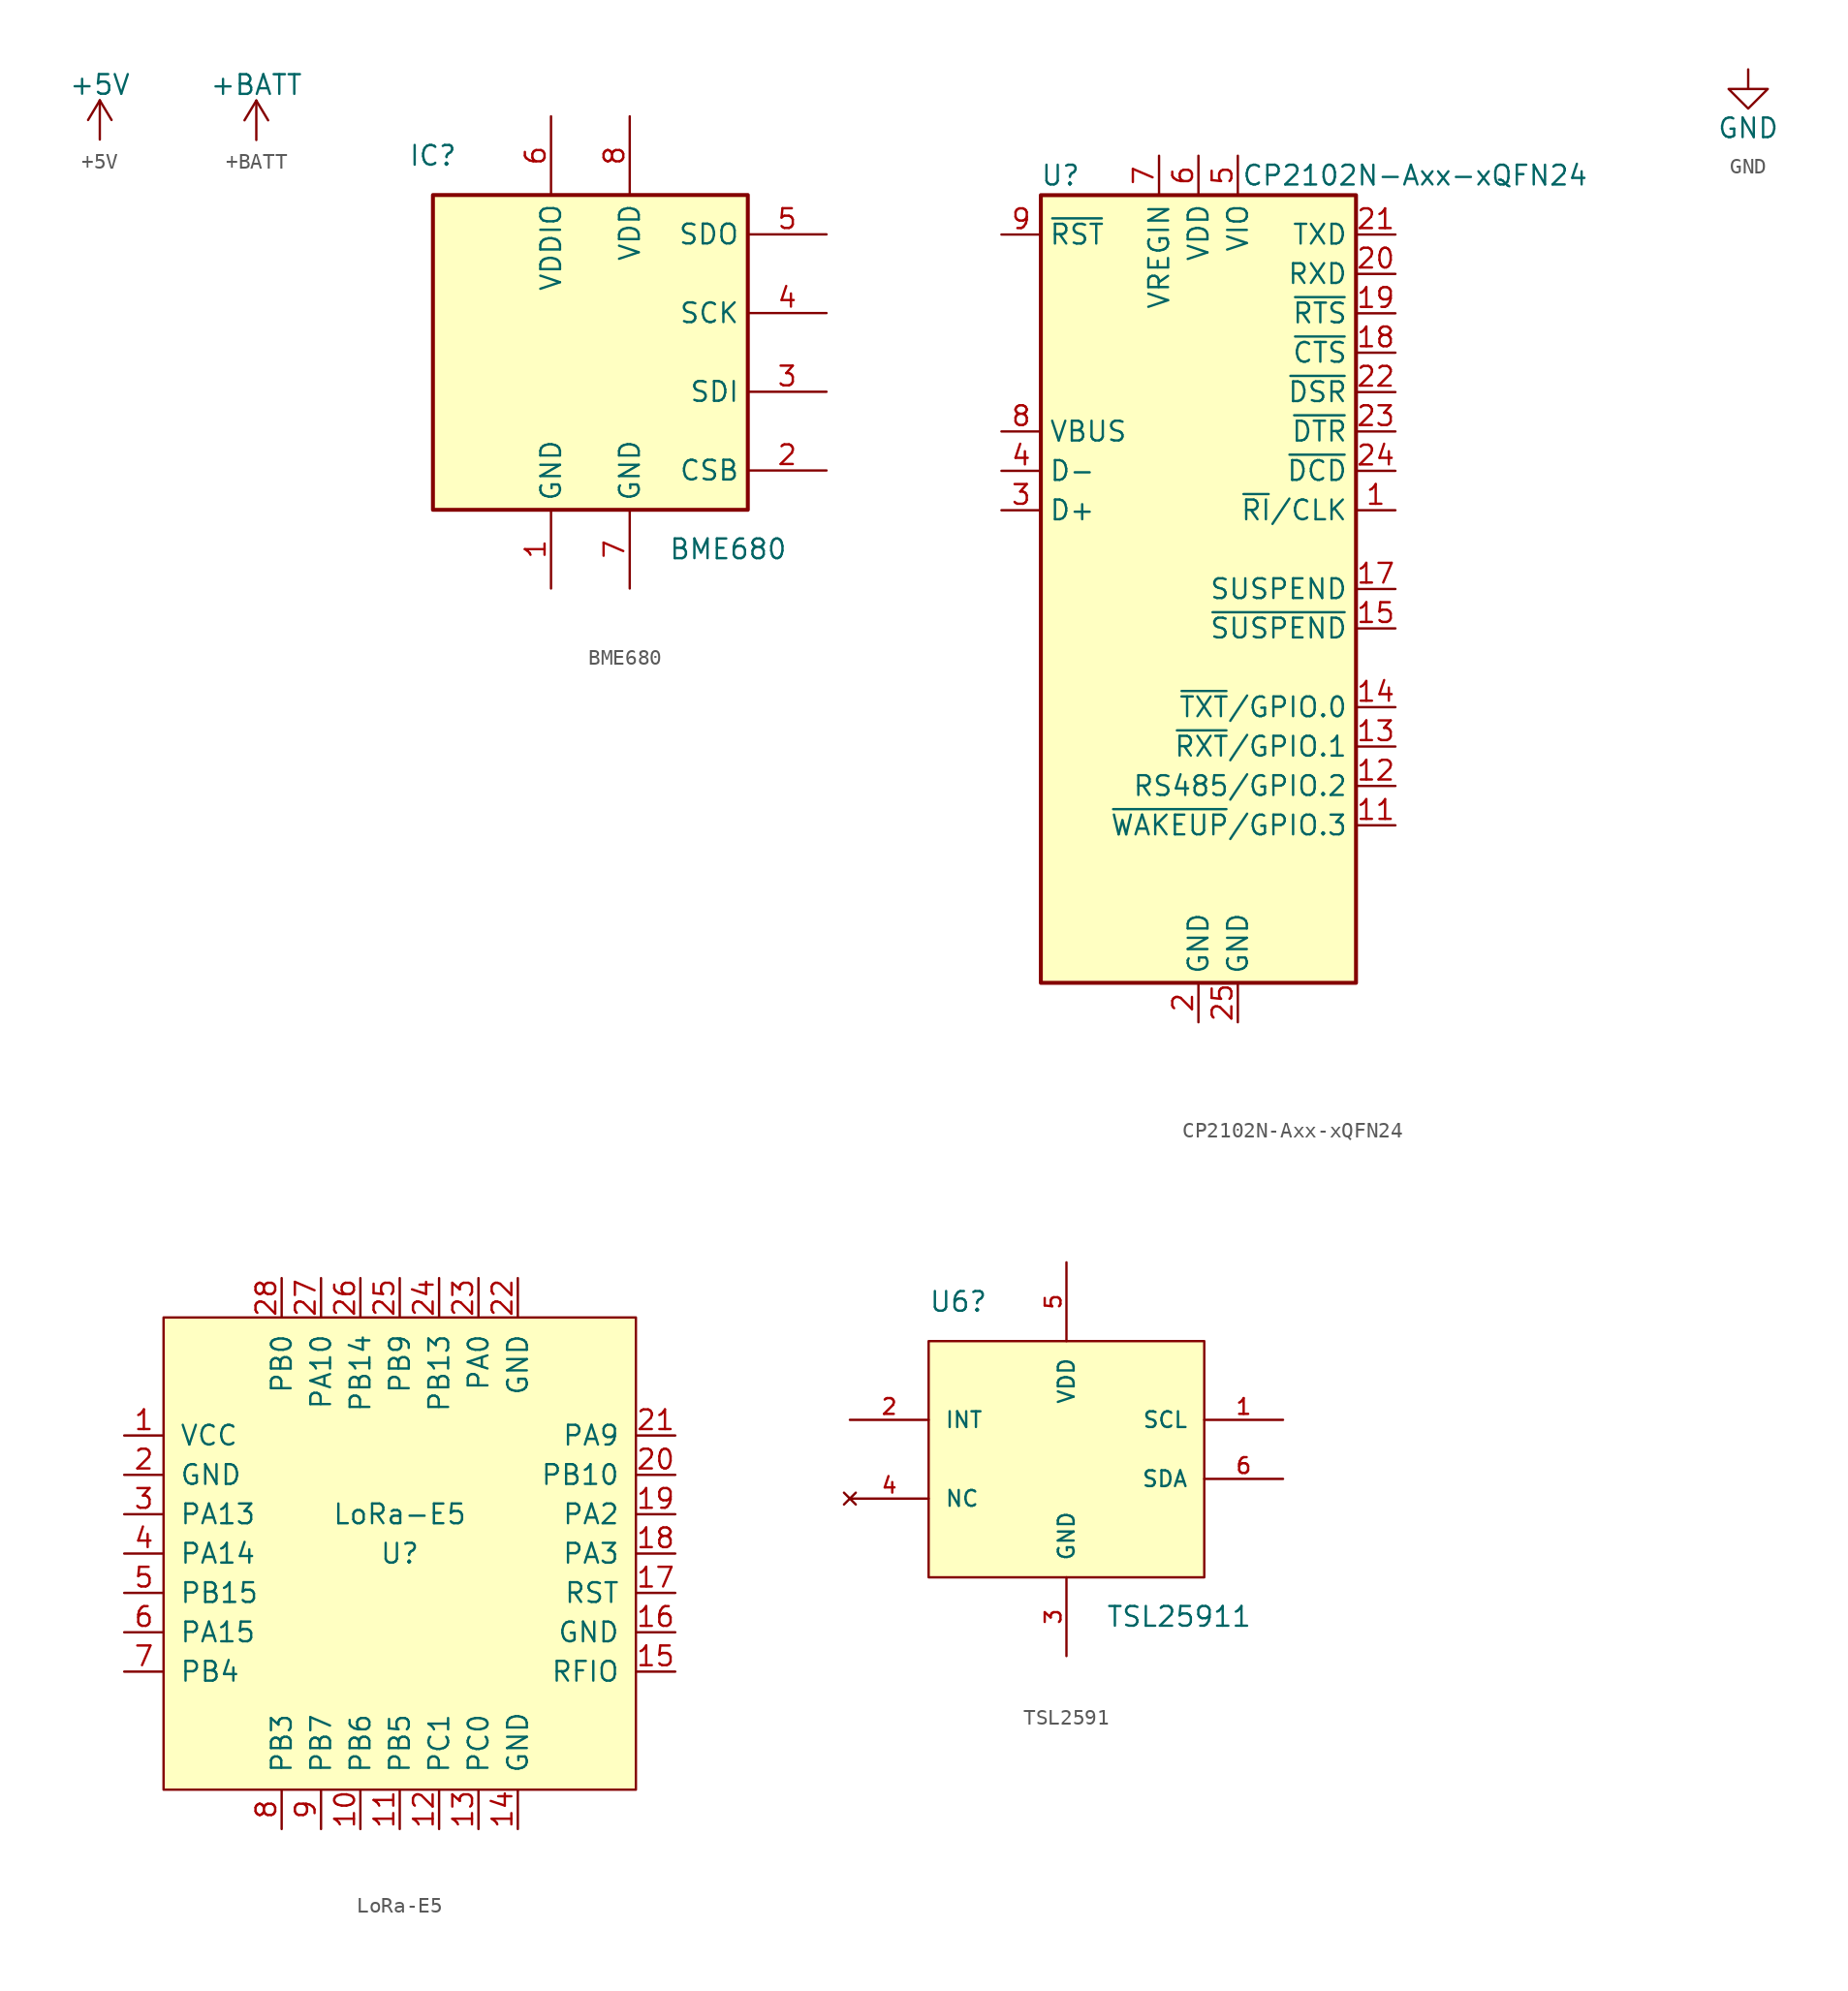
<source format=kicad_sym>
(kicad_symbol_lib
  (version 20220914)
  (generator kicad_symbol_editor)
  (symbol "+5V"
    (power)
    (pin_numbers hide)
    (pin_names
      (offset 0))
    (property "Reference" "#PWR"
      (at 0 -1.27 0)
      (effects (font (size 1.27 1.27)) hide))
    (property "Value" "+5V"
      (at 0 3.556 0)
      (effects (font (size 1.27 1.27))))
    (symbol "+5V_0_1"
      (polyline (pts (xy -0.762 1.27) (xy 0 2.54)) (stroke (width 0) (type default)) (fill (type none)))
      (polyline (pts (xy 0 0) (xy 0 2.54)) (stroke (width 0) (type default)) (fill (type none)))
      (polyline (pts (xy 0 2.54) (xy 0.762 1.27)) (stroke (width 0) (type default)) (fill (type none)))))
  (symbol "+BATT"
    (power)
    (pin_numbers hide)
    (pin_names
      (offset 0))
    (property "Reference" "#PWR"
      (at 0 -1.27 0)
      (effects (font (size 1.27 1.27)) hide))
    (property "Value" "+BATT"
      (at 0 3.556 0)
      (effects (font (size 1.27 1.27))))
    (symbol "+BATT_0_1"
      (polyline (pts (xy -0.762 1.27) (xy 0 2.54)) (stroke (width 0) (type default)) (fill (type none)))
      (polyline (pts (xy 0 0) (xy 0 2.54)) (stroke (width 0) (type default)) (fill (type none)))
      (polyline (pts (xy 0 2.54) (xy 0.762 1.27)) (stroke (width 0) (type default)) (fill (type none)))))
  (symbol "BME680"
    (property "Reference" "IC"
      (at -10.16 12.7 0)
      (effects (font (size 1.27 1.27))))
    (property "Value" "BME680"
      (at 8.89 -12.7 0)
      (effects (font (size 1.27 1.27))))
    (symbol "BME680_0_1"
      (rectangle (start -10.16 10.16) (end 10.16 -10.16) (stroke (width 0.254) (type default)) (fill (type background))))
    (symbol "BME680_1_1"
      (pin power_in line (at -2.54 -15.24 90) (length 5.08) (name "GND" (effects (font (size 1.27 1.27)))) (number "1" (effects (font (size 1.27 1.27)))))
      (pin input line (at 15.24 -7.62 180) (length 5.08) (name "CSB" (effects (font (size 1.27 1.27)))) (number "2" (effects (font (size 1.27 1.27)))))
      (pin bidirectional line (at 15.24 -2.54 180) (length 5.08) (name "SDI" (effects (font (size 1.27 1.27)))) (number "3" (effects (font (size 1.27 1.27)))))
      (pin input line (at 15.24 2.54 180) (length 5.08) (name "SCK" (effects (font (size 1.27 1.27)))) (number "4" (effects (font (size 1.27 1.27)))))
      (pin input line (at 15.24 7.62 180) (length 5.08) (name "SDO" (effects (font (size 1.27 1.27)))) (number "5" (effects (font (size 1.27 1.27)))))
      (pin power_in line (at -2.54 15.24 270) (length 5.08) (name "VDDIO" (effects (font (size 1.27 1.27)))) (number "6" (effects (font (size 1.27 1.27)))))
      (pin power_in line (at 2.54 -15.24 90) (length 5.08) (name "GND" (effects (font (size 1.27 1.27)))) (number "7" (effects (font (size 1.27 1.27)))))
      (pin power_in line (at 2.54 15.24 270) (length 5.08) (name "VDD" (effects (font (size 1.27 1.27)))) (number "8" (effects (font (size 1.27 1.27)))))))
  (symbol "CP2102N-Axx-xQFN24"
    (property "Reference" "U"
      (at -8.89 26.67 0)
      (effects (font (size 1.27 1.27))))
    (property "Value" "CP2102N-Axx-xQFN24"
      (at 13.97 26.67 0)
      (effects (font (size 1.27 1.27))))
    (symbol "CP2102N-Axx-xQFN24_0_1"
      (rectangle (start -10.16 25.4) (end 10.16 -25.4) (stroke (width 0.254) (type default)) (fill (type background))))
    (symbol "CP2102N-Axx-xQFN24_1_1"
      (pin bidirectional line (at 12.7 5.08 180) (length 2.54) (name "~{RI}/CLK" (effects (font (size 1.27 1.27)))) (number "1" (effects (font (size 1.27 1.27)))))
      (pin no_connect line (at -10.16 -22.86 0) (length 2.54) hide (name "NC" (effects (font (size 1.27 1.27)))) (number "10" (effects (font (size 1.27 1.27)))))
      (pin bidirectional line (at 12.7 -15.24 180) (length 2.54) (name "~{WAKEUP}/GPIO.3" (effects (font (size 1.27 1.27)))) (number "11" (effects (font (size 1.27 1.27)))))
      (pin bidirectional line (at 12.7 -12.7 180) (length 2.54) (name "RS485/GPIO.2" (effects (font (size 1.27 1.27)))) (number "12" (effects (font (size 1.27 1.27)))))
      (pin bidirectional line (at 12.7 -10.16 180) (length 2.54) (name "~{RXT}/GPIO.1" (effects (font (size 1.27 1.27)))) (number "13" (effects (font (size 1.27 1.27)))))
      (pin bidirectional line (at 12.7 -7.62 180) (length 2.54) (name "~{TXT}/GPIO.0" (effects (font (size 1.27 1.27)))) (number "14" (effects (font (size 1.27 1.27)))))
      (pin output line (at 12.7 -2.54 180) (length 2.54) (name "~{SUSPEND}" (effects (font (size 1.27 1.27)))) (number "15" (effects (font (size 1.27 1.27)))))
      (pin no_connect line (at 10.16 -22.86 180) (length 2.54) hide (name "NC" (effects (font (size 1.27 1.27)))) (number "16" (effects (font (size 1.27 1.27)))))
      (pin output line (at 12.7 0 180) (length 2.54) (name "SUSPEND" (effects (font (size 1.27 1.27)))) (number "17" (effects (font (size 1.27 1.27)))))
      (pin input line (at 12.7 15.24 180) (length 2.54) (name "~{CTS}" (effects (font (size 1.27 1.27)))) (number "18" (effects (font (size 1.27 1.27)))))
      (pin output line (at 12.7 17.78 180) (length 2.54) (name "~{RTS}" (effects (font (size 1.27 1.27)))) (number "19" (effects (font (size 1.27 1.27)))))
      (pin power_in line (at 0 -27.94 90) (length 2.54) (name "GND" (effects (font (size 1.27 1.27)))) (number "2" (effects (font (size 1.27 1.27)))))
      (pin input line (at 12.7 20.32 180) (length 2.54) (name "RXD" (effects (font (size 1.27 1.27)))) (number "20" (effects (font (size 1.27 1.27)))))
      (pin output line (at 12.7 22.86 180) (length 2.54) (name "TXD" (effects (font (size 1.27 1.27)))) (number "21" (effects (font (size 1.27 1.27)))))
      (pin input line (at 12.7 12.7 180) (length 2.54) (name "~{DSR}" (effects (font (size 1.27 1.27)))) (number "22" (effects (font (size 1.27 1.27)))))
      (pin output line (at 12.7 10.16 180) (length 2.54) (name "~{DTR}" (effects (font (size 1.27 1.27)))) (number "23" (effects (font (size 1.27 1.27)))))
      (pin input line (at 12.7 7.62 180) (length 2.54) (name "~{DCD}" (effects (font (size 1.27 1.27)))) (number "24" (effects (font (size 1.27 1.27)))))
      (pin power_in line (at 2.54 -27.94 90) (length 2.54) (name "GND" (effects (font (size 1.27 1.27)))) (number "25" (effects (font (size 1.27 1.27)))))
      (pin bidirectional line (at -12.7 5.08 0) (length 2.54) (name "D+" (effects (font (size 1.27 1.27)))) (number "3" (effects (font (size 1.27 1.27)))))
      (pin bidirectional line (at -12.7 7.62 0) (length 2.54) (name "D-" (effects (font (size 1.27 1.27)))) (number "4" (effects (font (size 1.27 1.27)))))
      (pin power_in line (at 2.54 27.94 270) (length 2.54) (name "VIO" (effects (font (size 1.27 1.27)))) (number "5" (effects (font (size 1.27 1.27)))))
      (pin power_out line (at 0 27.94 270) (length 2.54) (name "VDD" (effects (font (size 1.27 1.27)))) (number "6" (effects (font (size 1.27 1.27)))))
      (pin power_in line (at -2.54 27.94 270) (length 2.54) (name "VREGIN" (effects (font (size 1.27 1.27)))) (number "7" (effects (font (size 1.27 1.27)))))
      (pin input line (at -12.7 10.16 0) (length 2.54) (name "VBUS" (effects (font (size 1.27 1.27)))) (number "8" (effects (font (size 1.27 1.27)))))
      (pin input line (at -12.7 22.86 0) (length 2.54) (name "~{RST}" (effects (font (size 1.27 1.27)))) (number "9" (effects (font (size 1.27 1.27)))))))
  (symbol "GND"
    (power)
    (pin_numbers hide)
    (pin_names
      (offset 0))
    (property "Reference" "#PWR"
      (at 0 -6.35 0)
      (effects (font (size 1.27 1.27)) hide))
    (property "Value" "GND"
      (at 0 -3.81 0)
      (effects (font (size 1.27 1.27))))
    (symbol "GND_0_1"
      (polyline (pts (xy 0 0) (xy 0 -1.27) (xy 1.27 -1.27) (xy 0 -2.54) (xy -1.27 -1.27) (xy 0 -1.27)) (stroke (width 0) (type default)) (fill (type none)))))
  (symbol "LoRa-E5"
    (pin_names
      (offset 1.016))
    (property "Reference" "U"
      (at 0 0 0)
      (effects (font (size 1.27 1.27))))
    (property "Value" "LoRa-E5"
      (at 0 2.54 0)
      (effects (font (size 1.27 1.27))))
    (symbol "LoRa-E5_0_1"
      (rectangle (start -15.24 15.24) (end 15.24 -15.24) (stroke (width 0) (type default)) (fill (type background))))
    (symbol "LoRa-E5_1_1"
      (pin input line (at -17.78 7.62 0) (length 2.54) (name "VCC" (effects (font (size 1.27 1.27)))) (number "1" (effects (font (size 1.27 1.27)))))
      (pin output line (at -2.54 -17.78 90) (length 2.54) (name "PB6" (effects (font (size 1.27 1.27)))) (number "10" (effects (font (size 1.27 1.27)))))
      (pin output line (at 0 -17.78 90) (length 2.54) (name "PB5" (effects (font (size 1.27 1.27)))) (number "11" (effects (font (size 1.27 1.27)))))
      (pin input line (at 2.54 -17.78 90) (length 2.54) (name "PC1" (effects (font (size 1.27 1.27)))) (number "12" (effects (font (size 1.27 1.27)))))
      (pin input line (at 5.08 -17.78 90) (length 2.54) (name "PC0" (effects (font (size 1.27 1.27)))) (number "13" (effects (font (size 1.27 1.27)))))
      (pin input line (at 7.62 -17.78 90) (length 2.54) (name "GND" (effects (font (size 1.27 1.27)))) (number "14" (effects (font (size 1.27 1.27)))))
      (pin input line (at 17.78 -7.62 180) (length 2.54) (name "RFIO" (effects (font (size 1.27 1.27)))) (number "15" (effects (font (size 1.27 1.27)))))
      (pin input line (at 17.78 -5.08 180) (length 2.54) (name "GND" (effects (font (size 1.27 1.27)))) (number "16" (effects (font (size 1.27 1.27)))))
      (pin input line (at 17.78 -2.54 180) (length 2.54) (name "RST" (effects (font (size 1.27 1.27)))) (number "17" (effects (font (size 1.27 1.27)))))
      (pin input line (at 17.78 0 180) (length 2.54) (name "PA3" (effects (font (size 1.27 1.27)))) (number "18" (effects (font (size 1.27 1.27)))))
      (pin output line (at 17.78 2.54 180) (length 2.54) (name "PA2" (effects (font (size 1.27 1.27)))) (number "19" (effects (font (size 1.27 1.27)))))
      (pin input line (at -17.78 5.08 0) (length 2.54) (name "GND" (effects (font (size 1.27 1.27)))) (number "2" (effects (font (size 1.27 1.27)))))
      (pin input line (at 17.78 5.08 180) (length 2.54) (name "PB10" (effects (font (size 1.27 1.27)))) (number "20" (effects (font (size 1.27 1.27)))))
      (pin input line (at 17.78 7.62 180) (length 2.54) (name "PA9" (effects (font (size 1.27 1.27)))) (number "21" (effects (font (size 1.27 1.27)))))
      (pin input line (at 7.62 17.78 270) (length 2.54) (name "GND" (effects (font (size 1.27 1.27)))) (number "22" (effects (font (size 1.27 1.27)))))
      (pin input line (at 5.08 17.78 270) (length 2.54) (name "PA0" (effects (font (size 1.27 1.27)))) (number "23" (effects (font (size 1.27 1.27)))))
      (pin input line (at 2.54 17.78 270) (length 2.54) (name "PB13~{}" (effects (font (size 1.27 1.27)))) (number "24" (effects (font (size 1.27 1.27)))))
      (pin output line (at 0 17.78 270) (length 2.54) (name "PB9" (effects (font (size 1.27 1.27)))) (number "25" (effects (font (size 1.27 1.27)))))
      (pin output line (at -2.54 17.78 270) (length 2.54) (name "PB14" (effects (font (size 1.27 1.27)))) (number "26" (effects (font (size 1.27 1.27)))))
      (pin input line (at -5.08 17.78 270) (length 2.54) (name "PA10" (effects (font (size 1.27 1.27)))) (number "27" (effects (font (size 1.27 1.27)))))
      (pin input line (at -7.62 17.78 270) (length 2.54) (name "PB0" (effects (font (size 1.27 1.27)))) (number "28" (effects (font (size 1.27 1.27)))))
      (pin input line (at -17.78 2.54 0) (length 2.54) (name "PA13" (effects (font (size 1.27 1.27)))) (number "3" (effects (font (size 1.27 1.27)))))
      (pin input line (at -17.78 0 0) (length 2.54) (name "PA14" (effects (font (size 1.27 1.27)))) (number "4" (effects (font (size 1.27 1.27)))))
      (pin input line (at -17.78 -2.54 0) (length 2.54) (name "PB15" (effects (font (size 1.27 1.27)))) (number "5" (effects (font (size 1.27 1.27)))))
      (pin input line (at -17.78 -5.08 0) (length 2.54) (name "PA15" (effects (font (size 1.27 1.27)))) (number "6" (effects (font (size 1.27 1.27)))))
      (pin input line (at -17.78 -7.62 0) (length 2.54) (name "PB4" (effects (font (size 1.27 1.27)))) (number "7" (effects (font (size 1.27 1.27)))))
      (pin input line (at -7.62 -17.78 90) (length 2.54) (name "PB3" (effects (font (size 1.27 1.27)))) (number "8" (effects (font (size 1.27 1.27)))))
      (pin input line (at -5.08 -17.78 90) (length 2.54) (name "PB7" (effects (font (size 1.27 1.27)))) (number "9" (effects (font (size 1.27 1.27)))))))
  (symbol "TSL2591"
    (pin_names
      (offset 1.016))
    (property "Reference" "U6"
      (at -12.7 12.7 0)
      (effects (font (size 1.27 1.27)) (justify left)))
    (property "Value" "TSL25911"
      (at -1.27 -7.62 0)
      (effects (font (size 1.27 1.27)) (justify left)))
    (symbol "TSL2591_0_0"
      (pin input line (at 10.16 5.08 180) (length 5.08) (name "SCL" (effects (font (size 1.016 1.016)))) (number "1" (effects (font (size 1.016 1.016)))))
      (pin output line (at -17.78 5.08 0) (length 5.08) (name "INT" (effects (font (size 1.016 1.016)))) (number "2" (effects (font (size 1.016 1.016)))))
      (pin power_in line (at -3.81 -10.16 90) (length 5.08) (name "GND" (effects (font (size 1.016 1.016)))) (number "3" (effects (font (size 1.016 1.016)))))
      (pin no_connect line (at -17.78 0 0) (length 5.08) (name "NC" (effects (font (size 1.016 1.016)))) (number "4" (effects (font (size 1.016 1.016)))))
      (pin power_in line (at -3.81 15.24 270) (length 5.08) (name "VDD" (effects (font (size 1.016 1.016)))) (number "5" (effects (font (size 1.016 1.016)))))
      (pin bidirectional line (at 10.16 1.27 180) (length 5.08) (name "SDA" (effects (font (size 1.016 1.016)))) (number "6" (effects (font (size 1.016 1.016))))))
    (symbol "TSL2591_0_1"
      (rectangle (start -12.7 10.16) (end 5.08 -5.08) (stroke (width 0) (type default)) (fill (type background))))))
</source>
